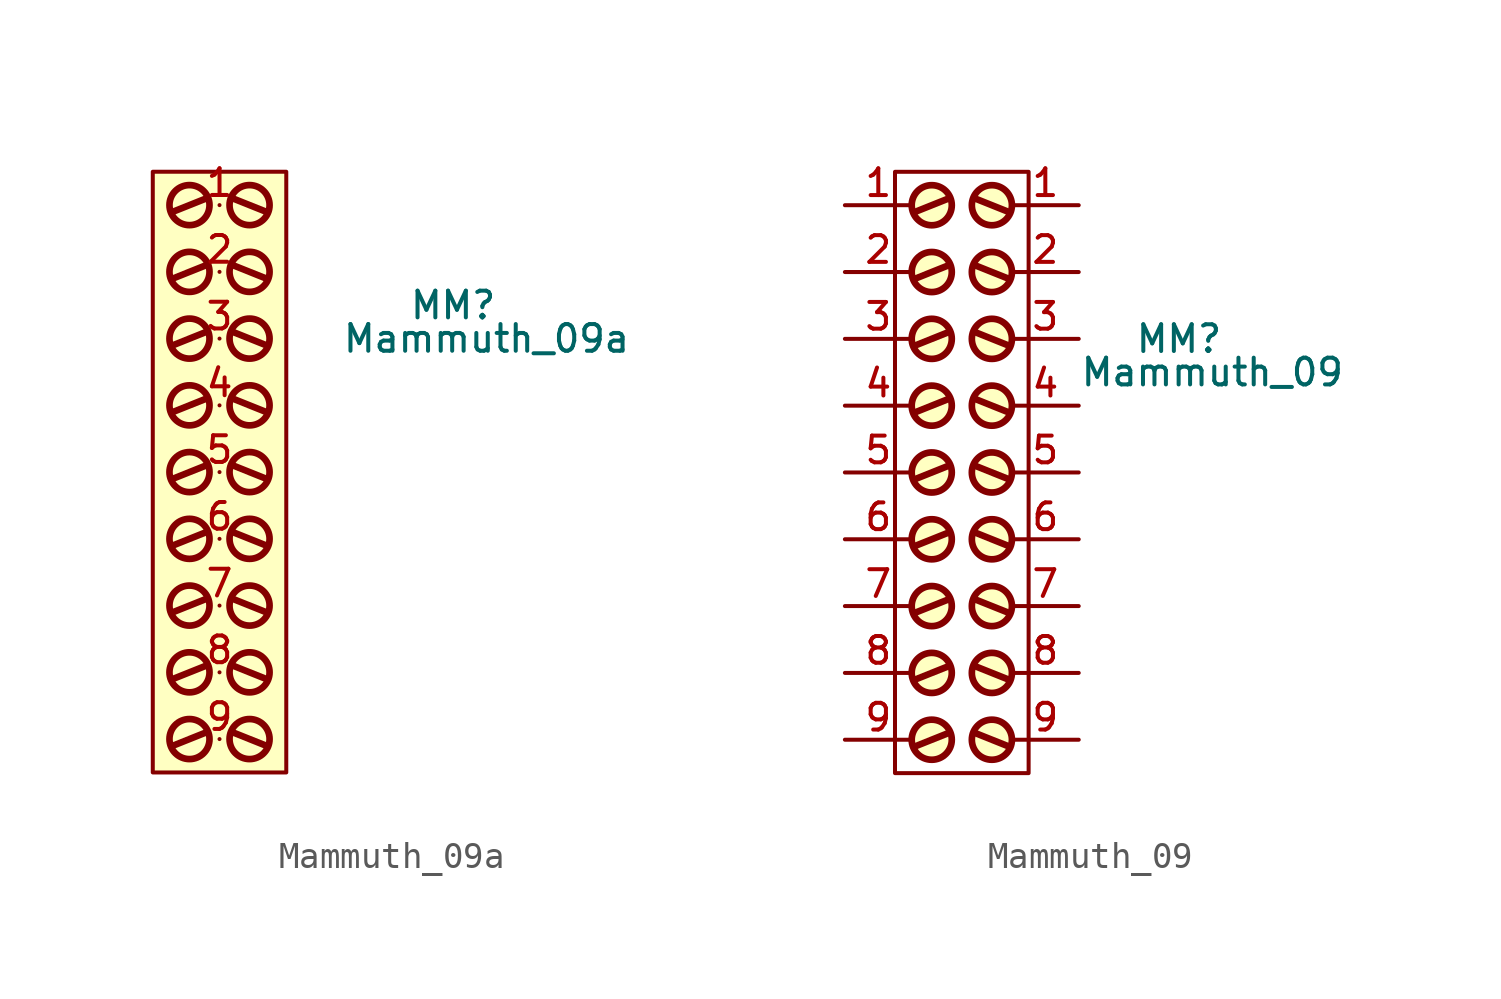
<source format=kicad_sym>
(kicad_symbol_lib
  (version 20211014)
  (generator kicad_symbol_editor)
  (symbol "Mammuth_09a"
    (pin_names
      (offset 0.762) hide)
    (property "Reference" "MM"
      (at 8.89 6.35 0)
      (effects (font (size 1.016 1.016))))
    (property "Value" "Mammuth_09a"
      (at 10.16 5.08 0)
      (effects (font (size 1.016 1.016))))
    (property "Footprint" ""
      (at 0.635 6.35 0)
      (effects (font (size 1.524 1.524))))
    (property "Datasheet" ""
      (at 0.635 6.35 0)
      (effects (font (size 1.524 1.524))))
    (symbol "Mammuth_09a_0_0"
      (rectangle (start -2.54 11.43) (end 2.54 -11.43) (stroke (width 0) (type default) (color 0 0 0 0)) (fill (type background))))
    (symbol "Mammuth_09a_0_1"
      (circle (center -1.143 -10.16) (radius 0.762) (stroke (width 0.254) (type default) (color 0 0 0 0)) (fill (type background)))
      (circle (center -1.143 -7.62) (radius 0.762) (stroke (width 0.254) (type default) (color 0 0 0 0)) (fill (type background)))
      (circle (center -1.143 -5.08) (radius 0.762) (stroke (width 0.254) (type default) (color 0 0 0 0)) (fill (type background)))
      (circle (center -1.143 -2.54) (radius 0.762) (stroke (width 0.254) (type default) (color 0 0 0 0)) (fill (type background)))
      (circle (center -1.143 0) (radius 0.762) (stroke (width 0.254) (type default) (color 0 0 0 0)) (fill (type background)))
      (circle (center -1.143 2.54) (radius 0.762) (stroke (width 0.254) (type default) (color 0 0 0 0)) (fill (type background)))
      (circle (center -1.143 5.08) (radius 0.762) (stroke (width 0.254) (type default) (color 0 0 0 0)) (fill (type background)))
      (circle (center -1.143 7.62) (radius 0.762) (stroke (width 0.254) (type default) (color 0 0 0 0)) (fill (type background)))
      (circle (center -1.143 10.16) (radius 0.762) (stroke (width 0.254) (type default) (color 0 0 0 0)) (fill (type background)))
      (polyline (pts (xy -0.508 -9.906) (xy -1.778 -10.414)) (stroke (width 0.254) (type default) (color 0 0 0 0)) (fill (type none)))
      (polyline (pts (xy -0.508 -7.366) (xy -1.778 -7.874)) (stroke (width 0.254) (type default) (color 0 0 0 0)) (fill (type none)))
      (polyline (pts (xy -0.508 -4.826) (xy -1.778 -5.334)) (stroke (width 0.254) (type default) (color 0 0 0 0)) (fill (type none)))
      (polyline (pts (xy -0.508 -2.286) (xy -1.778 -2.794)) (stroke (width 0.254) (type default) (color 0 0 0 0)) (fill (type none)))
      (polyline (pts (xy -0.508 0.254) (xy -1.778 -0.254)) (stroke (width 0.254) (type default) (color 0 0 0 0)) (fill (type none)))
      (polyline (pts (xy -0.508 2.794) (xy -1.778 2.286)) (stroke (width 0.254) (type default) (color 0 0 0 0)) (fill (type none)))
      (polyline (pts (xy -0.508 5.334) (xy -1.778 4.826)) (stroke (width 0.254) (type default) (color 0 0 0 0)) (fill (type none)))
      (polyline (pts (xy -0.508 7.874) (xy -1.778 7.366)) (stroke (width 0.254) (type default) (color 0 0 0 0)) (fill (type none)))
      (polyline (pts (xy -0.508 10.414) (xy -1.778 9.906)) (stroke (width 0.254) (type default) (color 0 0 0 0)) (fill (type none)))
      (polyline (pts (xy 0.508 -9.906) (xy 1.778 -10.414)) (stroke (width 0.254) (type default) (color 0 0 0 0)) (fill (type none)))
      (polyline (pts (xy 0.508 -7.366) (xy 1.778 -7.874)) (stroke (width 0.254) (type default) (color 0 0 0 0)) (fill (type none)))
      (polyline (pts (xy 0.508 -4.826) (xy 1.778 -5.334)) (stroke (width 0.254) (type default) (color 0 0 0 0)) (fill (type none)))
      (polyline (pts (xy 0.508 -2.286) (xy 1.778 -2.794)) (stroke (width 0.254) (type default) (color 0 0 0 0)) (fill (type none)))
      (polyline (pts (xy 0.508 0.254) (xy 1.778 -0.254)) (stroke (width 0.254) (type default) (color 0 0 0 0)) (fill (type none)))
      (polyline (pts (xy 0.508 2.794) (xy 1.778 2.286)) (stroke (width 0.254) (type default) (color 0 0 0 0)) (fill (type none)))
      (polyline (pts (xy 0.508 5.334) (xy 1.778 4.826)) (stroke (width 0.254) (type default) (color 0 0 0 0)) (fill (type none)))
      (polyline (pts (xy 0.508 7.874) (xy 1.778 7.366)) (stroke (width 0.254) (type default) (color 0 0 0 0)) (fill (type none)))
      (polyline (pts (xy 0.508 10.414) (xy 1.778 9.906)) (stroke (width 0.254) (type default) (color 0 0 0 0)) (fill (type none)))
      (circle (center 1.143 -10.16) (radius 0.762) (stroke (width 0.254) (type default) (color 0 0 0 0)) (fill (type background)))
      (circle (center 1.143 -7.62) (radius 0.762) (stroke (width 0.254) (type default) (color 0 0 0 0)) (fill (type background)))
      (circle (center 1.143 -5.08) (radius 0.762) (stroke (width 0.254) (type default) (color 0 0 0 0)) (fill (type background)))
      (circle (center 1.143 -2.54) (radius 0.762) (stroke (width 0.254) (type default) (color 0 0 0 0)) (fill (type background)))
      (circle (center 1.143 0) (radius 0.762) (stroke (width 0.254) (type default) (color 0 0 0 0)) (fill (type background)))
      (circle (center 1.143 2.54) (radius 0.762) (stroke (width 0.254) (type default) (color 0 0 0 0)) (fill (type background)))
      (circle (center 1.143 5.08) (radius 0.762) (stroke (width 0.254) (type default) (color 0 0 0 0)) (fill (type background)))
      (circle (center 1.143 7.62) (radius 0.762) (stroke (width 0.254) (type default) (color 0 0 0 0)) (fill (type background)))
      (circle (center 1.143 10.16) (radius 0.762) (stroke (width 0.254) (type default) (color 0 0 0 0)) (fill (type background))))
    (symbol "Mammuth_09a_1_1"
      (pin passive line (at 0 10.16 0) (length 0) (name "1" (effects (font (size 1.016 1.016)))) (number "1" (effects (font (size 1.016 1.016)))))
      (pin passive line (at 0 7.62 0) (length 0) (name "2" (effects (font (size 1.016 1.016)))) (number "2" (effects (font (size 1.016 1.016)))))
      (pin passive line (at 0 5.08 0) (length 0) (name "3" (effects (font (size 1.016 1.016)))) (number "3" (effects (font (size 1.016 1.016)))))
      (pin passive line (at 0 2.54 0) (length 0) (name "4" (effects (font (size 1.016 1.016)))) (number "4" (effects (font (size 1.016 1.016)))))
      (pin passive line (at 0 0 0) (length 0) (name "5" (effects (font (size 1.016 1.016)))) (number "5" (effects (font (size 1.016 1.016)))))
      (pin passive line (at 0 -2.54 0) (length 0) (name "6" (effects (font (size 1.016 1.016)))) (number "6" (effects (font (size 1.016 1.016)))))
      (pin passive line (at 0 -5.08 0) (length 0) (name "7" (effects (font (size 1.016 1.016)))) (number "7" (effects (font (size 1.016 1.016)))))
      (pin passive line (at 0 -7.62 0) (length 0) (name "8" (effects (font (size 1.016 1.016)))) (number "8" (effects (font (size 1.016 1.016)))))
      (pin passive line (at 0 -10.16 0) (length 0) (name "9" (effects (font (size 1.016 1.016)))) (number "9" (effects (font (size 1.016 1.016)))))))
  (symbol "Mammuth_09"
    (pin_names
      (offset 0.762) hide)
    (property "Reference" "MM"
      (at 8.89 6.35 0)
      (effects (font (size 1.016 1.016))))
    (property "Value" "Mammuth_09"
      (at 10.16 5.08 0)
      (effects (font (size 1.016 1.016))))
    (property "Footprint" ""
      (at 1.27 7.62 0)
      (effects (font (size 1.524 1.524))))
    (property "Datasheet" ""
      (at 1.27 7.62 0)
      (effects (font (size 1.524 1.524))))
    (symbol "Mammuth_09_0_1"
      (circle (center -0.508 -8.89) (radius 0.762) (stroke (width 0.254) (type default) (color 0 0 0 0)) (fill (type background)))
      (circle (center -0.508 -6.35) (radius 0.762) (stroke (width 0.254) (type default) (color 0 0 0 0)) (fill (type background)))
      (circle (center -0.508 -3.81) (radius 0.762) (stroke (width 0.254) (type default) (color 0 0 0 0)) (fill (type background)))
      (circle (center -0.508 -1.27) (radius 0.762) (stroke (width 0.254) (type default) (color 0 0 0 0)) (fill (type background)))
      (circle (center -0.508 1.27) (radius 0.762) (stroke (width 0.254) (type default) (color 0 0 0 0)) (fill (type background)))
      (circle (center -0.508 3.81) (radius 0.762) (stroke (width 0.254) (type default) (color 0 0 0 0)) (fill (type background)))
      (circle (center -0.508 6.35) (radius 0.762) (stroke (width 0.254) (type default) (color 0 0 0 0)) (fill (type background)))
      (circle (center -0.508 8.89) (radius 0.762) (stroke (width 0.254) (type default) (color 0 0 0 0)) (fill (type background)))
      (circle (center -0.508 11.43) (radius 0.762) (stroke (width 0.254) (type default) (color 0 0 0 0)) (fill (type background)))
      (polyline (pts (xy 0.127 -8.636) (xy -1.143 -9.144)) (stroke (width 0.254) (type default) (color 0 0 0 0)) (fill (type none)))
      (polyline (pts (xy 0.127 -6.096) (xy -1.143 -6.604)) (stroke (width 0.254) (type default) (color 0 0 0 0)) (fill (type none)))
      (polyline (pts (xy 0.127 -3.556) (xy -1.143 -4.064)) (stroke (width 0.254) (type default) (color 0 0 0 0)) (fill (type none)))
      (polyline (pts (xy 0.127 -1.016) (xy -1.143 -1.524)) (stroke (width 0.254) (type default) (color 0 0 0 0)) (fill (type none)))
      (polyline (pts (xy 0.127 1.524) (xy -1.143 1.016)) (stroke (width 0.254) (type default) (color 0 0 0 0)) (fill (type none)))
      (polyline (pts (xy 0.127 4.064) (xy -1.143 3.556)) (stroke (width 0.254) (type default) (color 0 0 0 0)) (fill (type none)))
      (polyline (pts (xy 0.127 6.604) (xy -1.143 6.096)) (stroke (width 0.254) (type default) (color 0 0 0 0)) (fill (type none)))
      (polyline (pts (xy 0.127 9.144) (xy -1.143 8.636)) (stroke (width 0.254) (type default) (color 0 0 0 0)) (fill (type none)))
      (polyline (pts (xy 0.127 11.684) (xy -1.143 11.176)) (stroke (width 0.254) (type default) (color 0 0 0 0)) (fill (type none)))
      (polyline (pts (xy 1.143 -8.636) (xy 2.413 -9.144)) (stroke (width 0.254) (type default) (color 0 0 0 0)) (fill (type none)))
      (polyline (pts (xy 1.143 -6.096) (xy 2.413 -6.604)) (stroke (width 0.254) (type default) (color 0 0 0 0)) (fill (type none)))
      (polyline (pts (xy 1.143 -3.556) (xy 2.413 -4.064)) (stroke (width 0.254) (type default) (color 0 0 0 0)) (fill (type none)))
      (polyline (pts (xy 1.143 -1.016) (xy 2.413 -1.524)) (stroke (width 0.254) (type default) (color 0 0 0 0)) (fill (type none)))
      (polyline (pts (xy 1.143 1.524) (xy 2.413 1.016)) (stroke (width 0.254) (type default) (color 0 0 0 0)) (fill (type none)))
      (polyline (pts (xy 1.143 4.064) (xy 2.413 3.556)) (stroke (width 0.254) (type default) (color 0 0 0 0)) (fill (type none)))
      (polyline (pts (xy 1.143 6.604) (xy 2.413 6.096)) (stroke (width 0.254) (type default) (color 0 0 0 0)) (fill (type none)))
      (polyline (pts (xy 1.143 9.144) (xy 2.413 8.636)) (stroke (width 0.254) (type default) (color 0 0 0 0)) (fill (type none)))
      (polyline (pts (xy 1.143 11.684) (xy 2.413 11.176)) (stroke (width 0.254) (type default) (color 0 0 0 0)) (fill (type none)))
      (polyline (pts (xy -1.905 12.7) (xy 3.175 12.7) (xy 3.175 -10.16) (xy -1.905 -10.16) (xy -1.905 12.7)) (stroke (width 0) (type default) (color 0 0 0 0)) (fill (type none)))
      (circle (center 1.778 -8.89) (radius 0.762) (stroke (width 0.254) (type default) (color 0 0 0 0)) (fill (type background)))
      (circle (center 1.778 -6.35) (radius 0.762) (stroke (width 0.254) (type default) (color 0 0 0 0)) (fill (type background)))
      (circle (center 1.778 -3.81) (radius 0.762) (stroke (width 0.254) (type default) (color 0 0 0 0)) (fill (type background)))
      (circle (center 1.778 -1.27) (radius 0.762) (stroke (width 0.254) (type default) (color 0 0 0 0)) (fill (type background)))
      (circle (center 1.778 1.27) (radius 0.762) (stroke (width 0.254) (type default) (color 0 0 0 0)) (fill (type background)))
      (circle (center 1.778 3.81) (radius 0.762) (stroke (width 0.254) (type default) (color 0 0 0 0)) (fill (type background)))
      (circle (center 1.778 6.35) (radius 0.762) (stroke (width 0.254) (type default) (color 0 0 0 0)) (fill (type background)))
      (circle (center 1.778 8.89) (radius 0.762) (stroke (width 0.254) (type default) (color 0 0 0 0)) (fill (type background)))
      (circle (center 1.778 11.43) (radius 0.762) (stroke (width 0.254) (type default) (color 0 0 0 0)) (fill (type background)))
      (pin passive line (at 5.08 11.43 180) (length 2.54) (name "1" (effects (font (size 1.016 1.016)))) (number "1" (effects (font (size 1.016 1.016)))))
      (pin passive line (at 5.08 8.89 180) (length 2.54) (name "2" (effects (font (size 1.016 1.016)))) (number "2" (effects (font (size 1.016 1.016)))))
      (pin passive line (at 5.08 6.35 180) (length 2.54) (name "3" (effects (font (size 1.016 1.016)))) (number "3" (effects (font (size 1.016 1.016)))))
      (pin passive line (at 5.08 3.81 180) (length 2.54) (name "4" (effects (font (size 1.016 1.016)))) (number "4" (effects (font (size 1.016 1.016)))))
      (pin passive line (at 5.08 1.27 180) (length 2.54) (name "5" (effects (font (size 1.016 1.016)))) (number "5" (effects (font (size 1.016 1.016)))))
      (pin passive line (at 5.08 -1.27 180) (length 2.54) (name "6" (effects (font (size 1.016 1.016)))) (number "6" (effects (font (size 1.016 1.016)))))
      (pin passive line (at 5.08 -3.81 180) (length 2.54) (name "7" (effects (font (size 1.016 1.016)))) (number "7" (effects (font (size 1.016 1.016)))))
      (pin passive line (at 5.08 -6.35 180) (length 2.54) (name "8" (effects (font (size 1.016 1.016)))) (number "8" (effects (font (size 1.016 1.016)))))
      (pin passive line (at 5.08 -8.89 180) (length 2.54) (name "9" (effects (font (size 1.016 1.016)))) (number "9" (effects (font (size 1.016 1.016))))))
    (symbol "Mammuth_09_1_1"
      (pin passive line (at -3.81 11.43 0) (length 2.54) (name "1" (effects (font (size 1.016 1.016)))) (number "1" (effects (font (size 1.016 1.016)))))
      (pin passive line (at -3.81 8.89 0) (length 2.54) (name "2" (effects (font (size 1.016 1.016)))) (number "2" (effects (font (size 1.016 1.016)))))
      (pin passive line (at -3.81 6.35 0) (length 2.54) (name "3" (effects (font (size 1.016 1.016)))) (number "3" (effects (font (size 1.016 1.016)))))
      (pin passive line (at -3.81 3.81 0) (length 2.54) (name "4" (effects (font (size 1.016 1.016)))) (number "4" (effects (font (size 1.016 1.016)))))
      (pin passive line (at -3.81 1.27 0) (length 2.54) (name "5" (effects (font (size 1.016 1.016)))) (number "5" (effects (font (size 1.016 1.016)))))
      (pin passive line (at -3.81 -1.27 0) (length 2.54) (name "6" (effects (font (size 1.016 1.016)))) (number "6" (effects (font (size 1.016 1.016)))))
      (pin passive line (at -3.81 -3.81 0) (length 2.54) (name "7" (effects (font (size 1.016 1.016)))) (number "7" (effects (font (size 1.016 1.016)))))
      (pin passive line (at -3.81 -6.35 0) (length 2.54) (name "8" (effects (font (size 1.016 1.016)))) (number "8" (effects (font (size 1.016 1.016)))))
      (pin passive line (at -3.81 -8.89 0) (length 2.54) (name "9" (effects (font (size 1.016 1.016)))) (number "9" (effects (font (size 1.016 1.016))))))))
</source>
